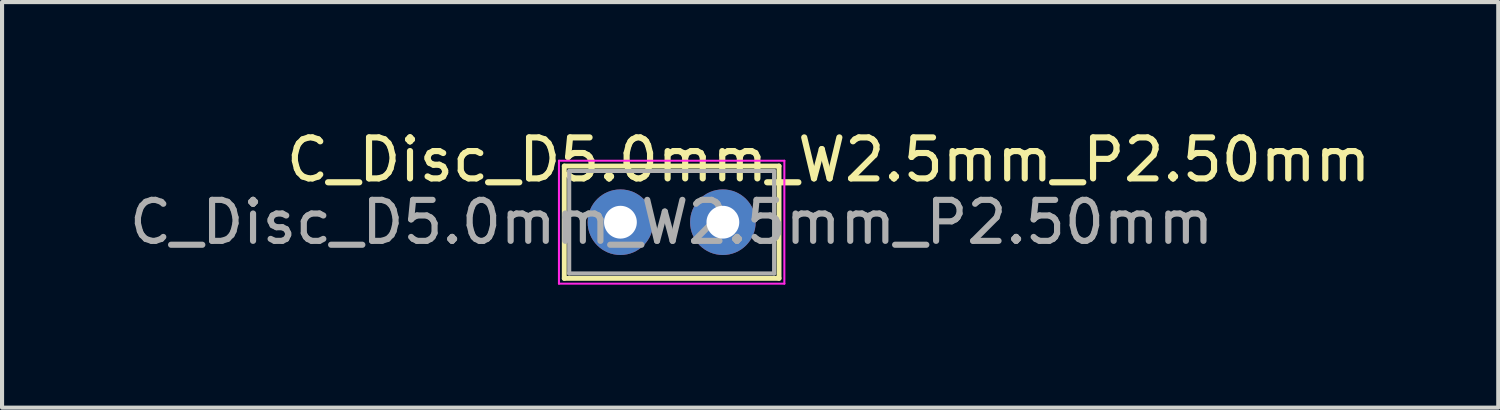
<source format=kicad_pcb>
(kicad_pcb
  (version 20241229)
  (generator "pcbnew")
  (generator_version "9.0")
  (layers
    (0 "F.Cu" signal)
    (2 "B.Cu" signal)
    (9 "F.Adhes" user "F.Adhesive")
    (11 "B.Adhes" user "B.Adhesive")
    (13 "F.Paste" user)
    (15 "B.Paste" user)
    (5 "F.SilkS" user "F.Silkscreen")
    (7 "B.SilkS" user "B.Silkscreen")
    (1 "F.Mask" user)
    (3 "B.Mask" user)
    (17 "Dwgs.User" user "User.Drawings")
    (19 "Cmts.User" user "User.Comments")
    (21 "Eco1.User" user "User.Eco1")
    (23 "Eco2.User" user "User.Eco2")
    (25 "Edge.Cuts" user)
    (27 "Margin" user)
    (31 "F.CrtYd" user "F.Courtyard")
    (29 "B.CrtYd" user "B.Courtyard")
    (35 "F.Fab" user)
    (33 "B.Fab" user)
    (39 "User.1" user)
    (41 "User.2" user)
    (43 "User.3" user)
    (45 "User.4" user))
  (footprint "C_Disc_D5.0mm_W2.5mm_P2.50mm"
    (layer "F.Cu")
    (at 12.089 2.372)
    (property "Reference" "C_Disc_D5.0mm_W2.5mm_P2.50mm" (at 5.08 -1.524 0) (layer "F.SilkS") (effects (font (size 1 1) (thickness 0.15))))
    (attr through_hole)
    (fp_line (start -1.37 -1.37) (end -1.37 1.37) (stroke (width 0.12) (type solid)) (layer "F.SilkS"))
    (fp_line (start -1.37 -1.37) (end 3.87 -1.37) (stroke (width 0.12) (type solid)) (layer "F.SilkS"))
    (fp_line (start -1.37 1.37) (end 3.87 1.37) (stroke (width 0.12) (type solid)) (layer "F.SilkS"))
    (fp_line (start 3.87 -1.37) (end 3.87 1.37) (stroke (width 0.12) (type solid)) (layer "F.SilkS"))
    (fp_line (start -1.5 -1.5) (end -1.5 1.5) (stroke (width 0.05) (type solid)) (layer "F.CrtYd"))
    (fp_line (start -1.5 1.5) (end 4 1.5) (stroke (width 0.05) (type solid)) (layer "F.CrtYd"))
    (fp_line (start 4 -1.5) (end -1.5 -1.5) (stroke (width 0.05) (type solid)) (layer "F.CrtYd"))
    (fp_line (start 4 1.5) (end 4 -1.5) (stroke (width 0.05) (type solid)) (layer "F.CrtYd"))
    (fp_line (start -1.25 -1.25) (end -1.25 1.25) (stroke (width 0.1) (type solid)) (layer "F.Fab"))
    (fp_line (start -1.25 1.25) (end 3.75 1.25) (stroke (width 0.1) (type solid)) (layer "F.Fab"))
    (fp_line (start 3.75 -1.25) (end -1.25 -1.25) (stroke (width 0.1) (type solid)) (layer "F.Fab"))
    (fp_line (start 3.75 1.25) (end 3.75 -1.25) (stroke (width 0.1) (type solid)) (layer "F.Fab"))
    (fp_text user "${REFERENCE}" (at 1.25 0 0) (layer "F.Fab") (effects (font (size 1 1) (thickness 0.15))))
    (pad "1" thru_hole circle (at 0 0) (size 1.6 1.6) (drill 0.8) (layers "*.Cu" "*.Mask"))
    (pad "2" thru_hole circle (at 2.5 0) (size 1.6 1.6) (drill 0.8) (layers "*.Cu" "*.Mask")))
  (gr_rect
    (start -3 -3)
    (end 33.509 6.897)
    (stroke (width 0.1) (type default))
    (fill no)
    (layer "Edge.Cuts")))
</source>
